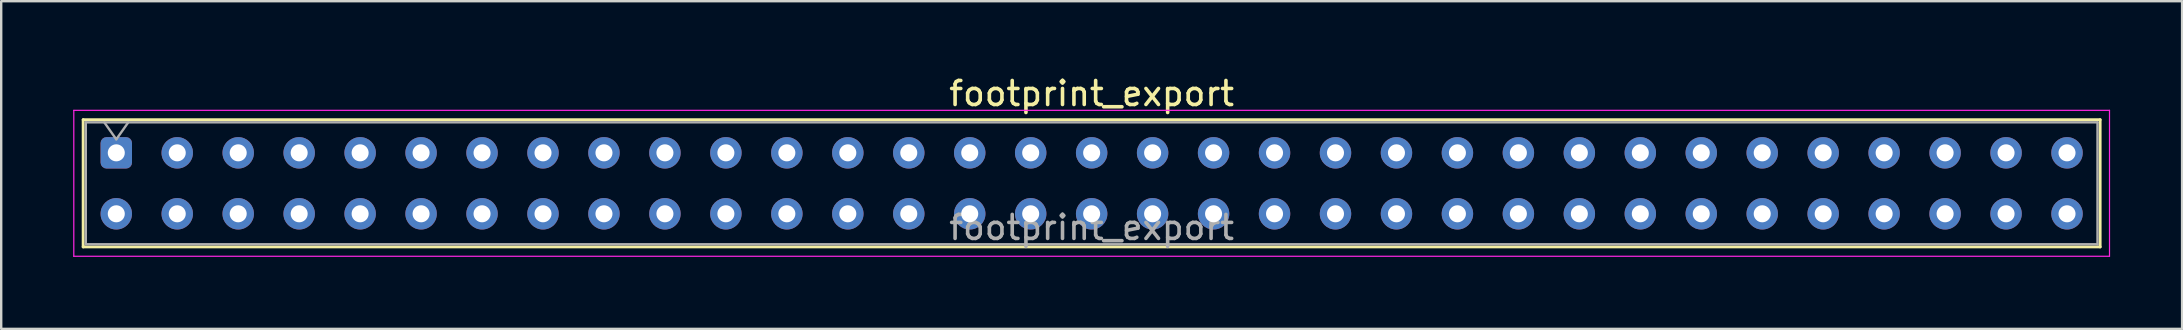
<source format=kicad_pcb>
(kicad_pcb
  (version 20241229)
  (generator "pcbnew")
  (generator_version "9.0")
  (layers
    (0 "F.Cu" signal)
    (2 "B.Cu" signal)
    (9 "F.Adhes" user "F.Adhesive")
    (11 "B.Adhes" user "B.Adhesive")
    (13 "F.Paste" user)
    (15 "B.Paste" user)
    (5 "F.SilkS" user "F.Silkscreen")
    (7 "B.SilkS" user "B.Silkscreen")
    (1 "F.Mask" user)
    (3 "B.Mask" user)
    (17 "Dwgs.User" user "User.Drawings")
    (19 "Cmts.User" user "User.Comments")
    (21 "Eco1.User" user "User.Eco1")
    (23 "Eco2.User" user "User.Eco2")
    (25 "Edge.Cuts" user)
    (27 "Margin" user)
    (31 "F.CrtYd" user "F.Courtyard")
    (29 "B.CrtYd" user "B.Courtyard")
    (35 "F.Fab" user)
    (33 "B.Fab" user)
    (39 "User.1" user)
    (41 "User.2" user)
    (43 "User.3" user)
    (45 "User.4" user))
  (footprint "footprint_export"
    (layer "F.Cu")
    (at 1.795 3.318)
    (property "Reference" "footprint_export" (at 40.64 -2.47 0) (layer "F.SilkS") (effects (font (size 1 1) (thickness 0.15))))
    (attr through_hole)
    (fp_line (start -1.38 -1.38) (end 82.66 -1.38) (stroke (width 0.12) (type solid)) (layer "F.SilkS"))
    (fp_line (start -1.38 3.92) (end -1.38 -1.38) (stroke (width 0.12) (type solid)) (layer "F.SilkS"))
    (fp_line (start 82.66 -1.38) (end 82.66 3.92) (stroke (width 0.12) (type solid)) (layer "F.SilkS"))
    (fp_line (start 82.66 3.92) (end -1.38 3.92) (stroke (width 0.12) (type solid)) (layer "F.SilkS"))
    (fp_line (start -1.77 -1.77) (end 83.05 -1.77) (stroke (width 0.05) (type solid)) (layer "F.CrtYd"))
    (fp_line (start -1.77 4.31) (end -1.77 -1.77) (stroke (width 0.05) (type solid)) (layer "F.CrtYd"))
    (fp_line (start 83.05 -1.77) (end 83.05 4.31) (stroke (width 0.05) (type solid)) (layer "F.CrtYd"))
    (fp_line (start 83.05 4.31) (end -1.77 4.31) (stroke (width 0.05) (type solid)) (layer "F.CrtYd"))
    (fp_line (start -1.27 -1.27) (end 82.55 -1.27) (stroke (width 0.1) (type solid)) (layer "F.Fab"))
    (fp_line (start -1.27 3.81) (end -1.27 -1.27) (stroke (width 0.1) (type solid)) (layer "F.Fab"))
    (fp_line (start -0.5 -1.27) (end 0 -0.563) (stroke (width 0.1) (type solid)) (layer "F.Fab"))
    (fp_line (start 0 -0.563) (end 0.5 -1.27) (stroke (width 0.1) (type solid)) (layer "F.Fab"))
    (fp_line (start 82.55 -1.27) (end 82.55 3.81) (stroke (width 0.1) (type solid)) (layer "F.Fab"))
    (fp_line (start 82.55 3.81) (end -1.27 3.81) (stroke (width 0.1) (type solid)) (layer "F.Fab"))
    (fp_text user "${REFERENCE}" (at 40.64 3.11 0) (layer "F.Fab") (effects (font (size 1 1) (thickness 0.15))))
    (pad "1" thru_hole roundrect (at 0 0) (size 1.31 1.31) (drill 0.71) (layers "*.Cu" "*.Mask") (roundrect_rratio 0.191))
    (pad "2" thru_hole circle (at 0 2.54) (size 1.31 1.31) (drill 0.71) (layers "*.Cu" "*.Mask"))
    (pad "3" thru_hole circle (at 2.54 0) (size 1.31 1.31) (drill 0.71) (layers "*.Cu" "*.Mask"))
    (pad "4" thru_hole circle (at 2.54 2.54) (size 1.31 1.31) (drill 0.71) (layers "*.Cu" "*.Mask"))
    (pad "5" thru_hole circle (at 5.08 0) (size 1.31 1.31) (drill 0.71) (layers "*.Cu" "*.Mask"))
    (pad "6" thru_hole circle (at 5.08 2.54) (size 1.31 1.31) (drill 0.71) (layers "*.Cu" "*.Mask"))
    (pad "7" thru_hole circle (at 7.62 0) (size 1.31 1.31) (drill 0.71) (layers "*.Cu" "*.Mask"))
    (pad "8" thru_hole circle (at 7.62 2.54) (size 1.31 1.31) (drill 0.71) (layers "*.Cu" "*.Mask"))
    (pad "9" thru_hole circle (at 10.16 0) (size 1.31 1.31) (drill 0.71) (layers "*.Cu" "*.Mask"))
    (pad "10" thru_hole circle (at 10.16 2.54) (size 1.31 1.31) (drill 0.71) (layers "*.Cu" "*.Mask"))
    (pad "11" thru_hole circle (at 12.7 0) (size 1.31 1.31) (drill 0.71) (layers "*.Cu" "*.Mask"))
    (pad "12" thru_hole circle (at 12.7 2.54) (size 1.31 1.31) (drill 0.71) (layers "*.Cu" "*.Mask"))
    (pad "13" thru_hole circle (at 15.24 0) (size 1.31 1.31) (drill 0.71) (layers "*.Cu" "*.Mask"))
    (pad "14" thru_hole circle (at 15.24 2.54) (size 1.31 1.31) (drill 0.71) (layers "*.Cu" "*.Mask"))
    (pad "15" thru_hole circle (at 17.78 0) (size 1.31 1.31) (drill 0.71) (layers "*.Cu" "*.Mask"))
    (pad "16" thru_hole circle (at 17.78 2.54) (size 1.31 1.31) (drill 0.71) (layers "*.Cu" "*.Mask"))
    (pad "17" thru_hole circle (at 20.32 0) (size 1.31 1.31) (drill 0.71) (layers "*.Cu" "*.Mask"))
    (pad "18" thru_hole circle (at 20.32 2.54) (size 1.31 1.31) (drill 0.71) (layers "*.Cu" "*.Mask"))
    (pad "19" thru_hole circle (at 22.86 0) (size 1.31 1.31) (drill 0.71) (layers "*.Cu" "*.Mask"))
    (pad "20" thru_hole circle (at 22.86 2.54) (size 1.31 1.31) (drill 0.71) (layers "*.Cu" "*.Mask"))
    (pad "21" thru_hole circle (at 25.4 0) (size 1.31 1.31) (drill 0.71) (layers "*.Cu" "*.Mask"))
    (pad "22" thru_hole circle (at 25.4 2.54) (size 1.31 1.31) (drill 0.71) (layers "*.Cu" "*.Mask"))
    (pad "23" thru_hole circle (at 27.94 0) (size 1.31 1.31) (drill 0.71) (layers "*.Cu" "*.Mask"))
    (pad "24" thru_hole circle (at 27.94 2.54) (size 1.31 1.31) (drill 0.71) (layers "*.Cu" "*.Mask"))
    (pad "25" thru_hole circle (at 30.48 0) (size 1.31 1.31) (drill 0.71) (layers "*.Cu" "*.Mask"))
    (pad "26" thru_hole circle (at 30.48 2.54) (size 1.31 1.31) (drill 0.71) (layers "*.Cu" "*.Mask"))
    (pad "27" thru_hole circle (at 33.02 0) (size 1.31 1.31) (drill 0.71) (layers "*.Cu" "*.Mask"))
    (pad "28" thru_hole circle (at 33.02 2.54) (size 1.31 1.31) (drill 0.71) (layers "*.Cu" "*.Mask"))
    (pad "29" thru_hole circle (at 35.56 0) (size 1.31 1.31) (drill 0.71) (layers "*.Cu" "*.Mask"))
    (pad "30" thru_hole circle (at 35.56 2.54) (size 1.31 1.31) (drill 0.71) (layers "*.Cu" "*.Mask"))
    (pad "31" thru_hole circle (at 38.1 0) (size 1.31 1.31) (drill 0.71) (layers "*.Cu" "*.Mask"))
    (pad "32" thru_hole circle (at 38.1 2.54) (size 1.31 1.31) (drill 0.71) (layers "*.Cu" "*.Mask"))
    (pad "33" thru_hole circle (at 40.64 0) (size 1.31 1.31) (drill 0.71) (layers "*.Cu" "*.Mask"))
    (pad "34" thru_hole circle (at 40.64 2.54) (size 1.31 1.31) (drill 0.71) (layers "*.Cu" "*.Mask"))
    (pad "35" thru_hole circle (at 43.18 0) (size 1.31 1.31) (drill 0.71) (layers "*.Cu" "*.Mask"))
    (pad "36" thru_hole circle (at 43.18 2.54) (size 1.31 1.31) (drill 0.71) (layers "*.Cu" "*.Mask"))
    (pad "37" thru_hole circle (at 45.72 0) (size 1.31 1.31) (drill 0.71) (layers "*.Cu" "*.Mask"))
    (pad "38" thru_hole circle (at 45.72 2.54) (size 1.31 1.31) (drill 0.71) (layers "*.Cu" "*.Mask"))
    (pad "39" thru_hole circle (at 48.26 0) (size 1.31 1.31) (drill 0.71) (layers "*.Cu" "*.Mask"))
    (pad "40" thru_hole circle (at 48.26 2.54) (size 1.31 1.31) (drill 0.71) (layers "*.Cu" "*.Mask"))
    (pad "41" thru_hole circle (at 50.8 0) (size 1.31 1.31) (drill 0.71) (layers "*.Cu" "*.Mask"))
    (pad "42" thru_hole circle (at 50.8 2.54) (size 1.31 1.31) (drill 0.71) (layers "*.Cu" "*.Mask"))
    (pad "43" thru_hole circle (at 53.34 0) (size 1.31 1.31) (drill 0.71) (layers "*.Cu" "*.Mask"))
    (pad "44" thru_hole circle (at 53.34 2.54) (size 1.31 1.31) (drill 0.71) (layers "*.Cu" "*.Mask"))
    (pad "45" thru_hole circle (at 55.88 0) (size 1.31 1.31) (drill 0.71) (layers "*.Cu" "*.Mask"))
    (pad "46" thru_hole circle (at 55.88 2.54) (size 1.31 1.31) (drill 0.71) (layers "*.Cu" "*.Mask"))
    (pad "47" thru_hole circle (at 58.42 0) (size 1.31 1.31) (drill 0.71) (layers "*.Cu" "*.Mask"))
    (pad "48" thru_hole circle (at 58.42 2.54) (size 1.31 1.31) (drill 0.71) (layers "*.Cu" "*.Mask"))
    (pad "49" thru_hole circle (at 60.96 0) (size 1.31 1.31) (drill 0.71) (layers "*.Cu" "*.Mask"))
    (pad "50" thru_hole circle (at 60.96 2.54) (size 1.31 1.31) (drill 0.71) (layers "*.Cu" "*.Mask"))
    (pad "51" thru_hole circle (at 63.5 0) (size 1.31 1.31) (drill 0.71) (layers "*.Cu" "*.Mask"))
    (pad "52" thru_hole circle (at 63.5 2.54) (size 1.31 1.31) (drill 0.71) (layers "*.Cu" "*.Mask"))
    (pad "53" thru_hole circle (at 66.04 0) (size 1.31 1.31) (drill 0.71) (layers "*.Cu" "*.Mask"))
    (pad "54" thru_hole circle (at 66.04 2.54) (size 1.31 1.31) (drill 0.71) (layers "*.Cu" "*.Mask"))
    (pad "55" thru_hole circle (at 68.58 0) (size 1.31 1.31) (drill 0.71) (layers "*.Cu" "*.Mask"))
    (pad "56" thru_hole circle (at 68.58 2.54) (size 1.31 1.31) (drill 0.71) (layers "*.Cu" "*.Mask"))
    (pad "57" thru_hole circle (at 71.12 0) (size 1.31 1.31) (drill 0.71) (layers "*.Cu" "*.Mask"))
    (pad "58" thru_hole circle (at 71.12 2.54) (size 1.31 1.31) (drill 0.71) (layers "*.Cu" "*.Mask"))
    (pad "59" thru_hole circle (at 73.66 0) (size 1.31 1.31) (drill 0.71) (layers "*.Cu" "*.Mask"))
    (pad "60" thru_hole circle (at 73.66 2.54) (size 1.31 1.31) (drill 0.71) (layers "*.Cu" "*.Mask"))
    (pad "61" thru_hole circle (at 76.2 0) (size 1.31 1.31) (drill 0.71) (layers "*.Cu" "*.Mask"))
    (pad "62" thru_hole circle (at 76.2 2.54) (size 1.31 1.31) (drill 0.71) (layers "*.Cu" "*.Mask"))
    (pad "63" thru_hole circle (at 78.74 0) (size 1.31 1.31) (drill 0.71) (layers "*.Cu" "*.Mask"))
    (pad "64" thru_hole circle (at 78.74 2.54) (size 1.31 1.31) (drill 0.71) (layers "*.Cu" "*.Mask"))
    (pad "65" thru_hole circle (at 81.28 0) (size 1.31 1.31) (drill 0.71) (layers "*.Cu" "*.Mask"))
    (pad "66" thru_hole circle (at 81.28 2.54) (size 1.31 1.31) (drill 0.71) (layers "*.Cu" "*.Mask")))
  (gr_rect
    (start -3 -3)
    (end 87.87 10.653)
    (stroke (width 0.1) (type default))
    (fill no)
    (layer "Edge.Cuts")))
</source>
